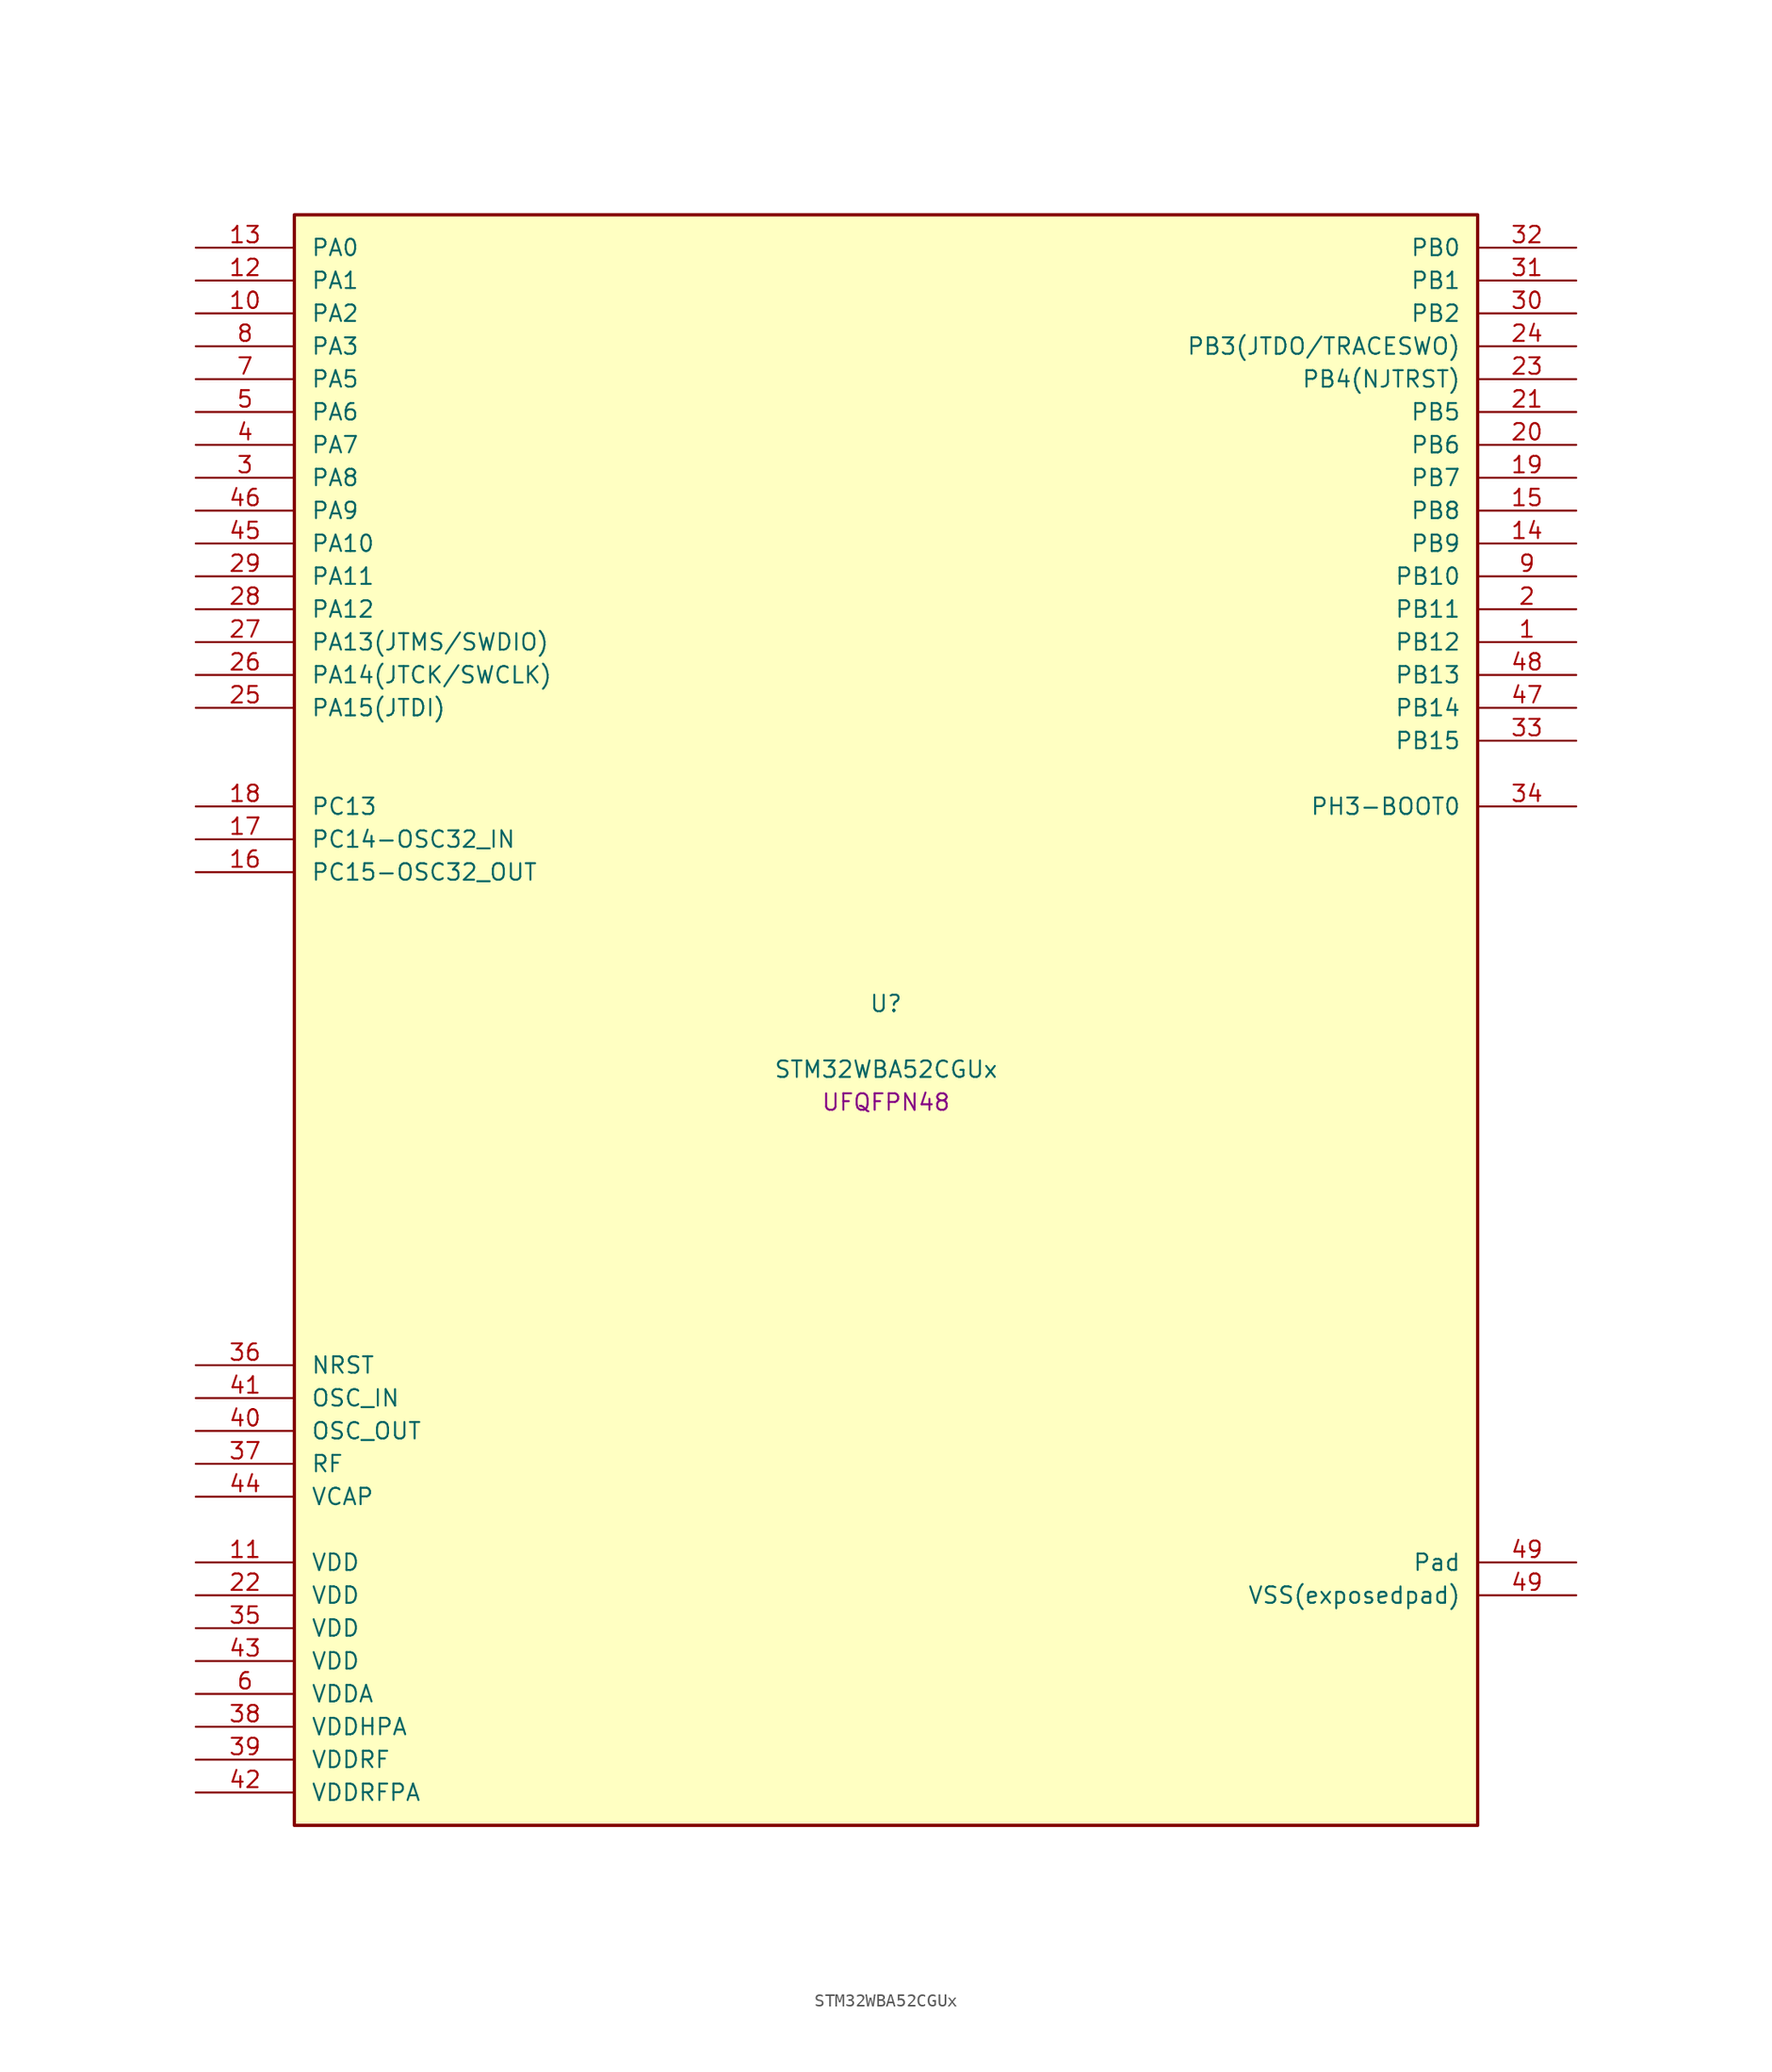
<source format=kicad_sym>
(kicad_symbol_lib
  (version 20241209)
  (generator "stm32_pkl_generator")
  (generator_version "1.0")
  (symbol "STM32WBA52CGUx"
    (pin_names
      (offset 1.27))
    (property "Reference" "U"
      (at 0 2.54 0))
    (property "Value" "STM32WBA52CGUx"
      (at 0 -2.54 0))
    (property "Footprint" "UFQFPN48"
      (at 0 -5.08 0))
    (symbol "STM32WBA52CGUx_1_1"
      (rectangle (start -45.72 63.5) (end 45.72 -60.96) (stroke (width 0.254) (type solid)) (fill (type background)))
      (pin bidirectional line (at -53.34 60.96 0) (length 7.62) (name "PA0") (number "13") (alternate "PA0/ADC4_IN9" bidirectional line) (alternate "PA0/LPTIM1_IN1" bidirectional line) (alternate "PA0/LPUART1_CTS" bidirectional line) (alternate "PA0/PWR_WKUP1" bidirectional line) (alternate "PA0/SPI3_SCK" bidirectional line) (alternate "PA0/TIM1_CH2N" bidirectional line) (alternate "PA0/TIM3_CH3" bidirectional line) (alternate "PA0/TIM3_ETR" bidirectional line) (alternate "PA0/TSC_G2_IO2" bidirectional line))
      (pin bidirectional line (at -53.34 58.42 0) (length 7.62) (name "PA1") (number "12") (alternate "PA1/ADC4_IN8" bidirectional line) (alternate "PA1/LPTIM2_CH2" bidirectional line) (alternate "PA1/LPUART1_RX" bidirectional line) (alternate "PA1/PWR_WKUP3" bidirectional line) (alternate "PA1/SPI1_RDY" bidirectional line) (alternate "PA1/TIM17_CH1" bidirectional line) (alternate "PA1/TIM1_CH1N" bidirectional line) (alternate "PA1/TIM3_CH2" bidirectional line) (alternate "PA1/TSC_G2_IO1" bidirectional line) (alternate "PA1/USART1_CK" bidirectional line))
      (pin bidirectional line (at -53.34 55.88 0) (length 7.62) (name "PA2") (number "10") (alternate "PA2/ADC4_IN7" bidirectional line) (alternate "PA2/LPUART1_TX" bidirectional line) (alternate "PA2/PWR_WKUP4" bidirectional line) (alternate "PA2/RCC_LSCO" bidirectional line) (alternate "PA2/TIM16_CH1" bidirectional line) (alternate "PA2/TIM1_BKIN" bidirectional line) (alternate "PA2/TIM3_CH1" bidirectional line) (alternate "PA2/TSC_G4_IO4" bidirectional line) (alternate "PA2/USART1_DE" bidirectional line) (alternate "PA2/USART1_RTS" bidirectional line))
      (pin bidirectional line (at -53.34 53.34 0) (length 7.62) (name "PA3") (number "8") (alternate "PA3/ADC4_IN6" bidirectional line) (alternate "PA3/PWR_WKUP5" bidirectional line) (alternate "PA3/TIM16_CH1N" bidirectional line) (alternate "PA3/TSC_G4_IO2" bidirectional line) (alternate "PA3/USART1_DE" bidirectional line) (alternate "PA3/USART1_RTS" bidirectional line))
      (pin bidirectional line (at -53.34 50.8 0) (length 7.62) (name "PA5") (number "7") (alternate "PA5/ADC4_IN4" bidirectional line) (alternate "PA5/LPTIM2_ETR" bidirectional line) (alternate "PA5/PWR_CSLEEP" bidirectional line) (alternate "PA5/PWR_WKUP6" bidirectional line) (alternate "PA5/SPI3_NSS" bidirectional line) (alternate "PA5/TIM2_CH1" bidirectional line) (alternate "PA5/TIM2_ETR" bidirectional line) (alternate "PA5/TSC_G1_IO4" bidirectional line) (alternate "PA5/USART1_CK" bidirectional line))
      (pin bidirectional line (at -53.34 48.26 0) (length 7.62) (name "PA6") (number "5") (alternate "PA6/ADC4_IN3" bidirectional line) (alternate "PA6/I2C3_SCL" bidirectional line) (alternate "PA6/PWR_CSTOP" bidirectional line) (alternate "PA6/PWR_WKUP7" bidirectional line) (alternate "PA6/SPI3_RDY" bidirectional line) (alternate "PA6/TIM2_CH4" bidirectional line) (alternate "PA6/TSC_G1_IO3" bidirectional line) (alternate "PA6/USART1_DE" bidirectional line) (alternate "PA6/USART1_RTS" bidirectional line))
      (pin bidirectional line (at -53.34 45.72 0) (length 7.62) (name "PA7") (number "4") (alternate "PA7/ADC4_IN2" bidirectional line) (alternate "PA7/I2C3_SDA" bidirectional line) (alternate "PA7/PWR_WKUP8" bidirectional line) (alternate "PA7/TAMP_IN1" bidirectional line) (alternate "PA7/TAMP_OUT2" bidirectional line) (alternate "PA7/TIM2_CH3" bidirectional line) (alternate "PA7/TSC_G1_IO2" bidirectional line) (alternate "PA7/USART1_CTS" bidirectional line))
      (pin bidirectional line (at -53.34 43.18 0) (length 7.62) (name "PA8") (number "3") (alternate "PA8/ADC4_IN1" bidirectional line) (alternate "PA8/LPTIM1_CH2" bidirectional line) (alternate "PA8/RCC_MCO" bidirectional line) (alternate "PA8/SPI3_RDY" bidirectional line) (alternate "PA8/TIM2_CH2" bidirectional line) (alternate "PA8/TSC_G1_IO1" bidirectional line) (alternate "PA8/USART1_RX" bidirectional line))
      (pin bidirectional line (at -53.34 40.64 0) (length 7.62) (name "PA9") (number "46") (alternate "PA9/LPUART1_DE" bidirectional line) (alternate "PA9/LPUART1_RTS" bidirectional line) (alternate "PA9/TIM3_CH2" bidirectional line))
      (pin bidirectional line (at -53.34 38.1 0) (length 7.62) (name "PA10") (number "45") (alternate "PA10/LPUART1_RX" bidirectional line) (alternate "PA10/TIM3_CH1" bidirectional line))
      (pin bidirectional line (at -53.34 35.56 0) (length 7.62) (name "PA11") (number "29") (alternate "PA11/LPTIM2_CH1" bidirectional line) (alternate "PA11/RF_ANTSW1" bidirectional line) (alternate "PA11/TIM1_CH1" bidirectional line) (alternate "PA11/USART2_RX" bidirectional line))
      (pin bidirectional line (at -53.34 33.02 0) (length 7.62) (name "PA12") (number "28") (alternate "PA12/PWR_WKUP6" bidirectional line) (alternate "PA12/RF_ANTSW0" bidirectional line) (alternate "PA12/SPI1_NSS" bidirectional line) (alternate "PA12/TIM1_CH2" bidirectional line) (alternate "PA12/TSC_G3_IO4" bidirectional line) (alternate "PA12/USART2_TX" bidirectional line))
      (pin bidirectional line (at -53.34 30.48 0) (length 7.62) (name "PA13(JTMS/SWDIO)") (number "27") (alternate "PA13(JTMS/SWDIO)/DEBUG_JTMS-SWDIO" bidirectional line) (alternate "PA13(JTMS/SWDIO)/IR_OUT" bidirectional line))
      (pin bidirectional line (at -53.34 27.94 0) (length 7.62) (name "PA14(JTCK/SWCLK)") (number "26") (alternate "PA14(JTCK/SWCLK)/DEBUG_JTCK-SWCLK" bidirectional line) (alternate "PA14(JTCK/SWCLK)/TAMP_IN3" bidirectional line) (alternate "PA14(JTCK/SWCLK)/TAMP_OUT6" bidirectional line) (alternate "PA14(JTCK/SWCLK)/USART2_TX" bidirectional line))
      (pin bidirectional line (at -53.34 25.4 0) (length 7.62) (name "PA15(JTDI)") (number "25") (alternate "PA15(JTDI)/ADC4_EXTI15" bidirectional line) (alternate "PA15(JTDI)/DEBUG_JTDI" bidirectional line) (alternate "PA15(JTDI)/I2C1_SCL" bidirectional line) (alternate "PA15(JTDI)/LPTIM1_CH2" bidirectional line) (alternate "PA15(JTDI)/SPI1_MOSI" bidirectional line) (alternate "PA15(JTDI)/TIM17_BKIN" bidirectional line) (alternate "PA15(JTDI)/TIM1_ETR" bidirectional line) (alternate "PA15(JTDI)/TSC_G3_IO3" bidirectional line) (alternate "PA15(JTDI)/USART2_DE" bidirectional line) (alternate "PA15(JTDI)/USART2_RTS" bidirectional line))
      (pin bidirectional line (at 53.34 60.96 180) (length 7.62) (name "PB0") (number "32") (alternate "PB0/LPTIM2_IN2" bidirectional line) (alternate "PB0/TIM1_CH3N" bidirectional line) (alternate "PB0/USART2_TX" bidirectional line))
      (pin bidirectional line (at 53.34 58.42 180) (length 7.62) (name "PB1") (number "31") (alternate "PB1/I2C1_SDA" bidirectional line) (alternate "PB1/I2C3_SDA" bidirectional line) (alternate "PB1/PWR_WKUP4" bidirectional line) (alternate "PB1/TIM1_CH2N" bidirectional line) (alternate "PB1/USART2_DE" bidirectional line) (alternate "PB1/USART2_RTS" bidirectional line))
      (pin bidirectional line (at 53.34 55.88 180) (length 7.62) (name "PB2") (number "30") (alternate "PB2/I2C1_SCL" bidirectional line) (alternate "PB2/I2C3_SCL" bidirectional line) (alternate "PB2/PWR_WKUP1" bidirectional line) (alternate "PB2/RF_ANTSW2" bidirectional line) (alternate "PB2/RTC_OUT2" bidirectional line) (alternate "PB2/TIM1_CH1N" bidirectional line) (alternate "PB2/USART2_CTS" bidirectional line))
      (pin bidirectional line (at 53.34 53.34 180) (length 7.62) (name "PB3(JTDO/TRACESWO)") (number "24") (alternate "PB3(JTDO/TRACESWO)/DEBUG_JTDO-SWO" bidirectional line) (alternate "PB3(JTDO/TRACESWO)/I2C1_SDA" bidirectional line) (alternate "PB3(JTDO/TRACESWO)/LPTIM1_IN2" bidirectional line) (alternate "PB3(JTDO/TRACESWO)/SPI1_MISO" bidirectional line) (alternate "PB3(JTDO/TRACESWO)/TIM17_CH1N" bidirectional line) (alternate "PB3(JTDO/TRACESWO)/TIM1_CH4" bidirectional line) (alternate "PB3(JTDO/TRACESWO)/TSC_G3_IO2" bidirectional line) (alternate "PB3(JTDO/TRACESWO)/USART2_CK" bidirectional line))
      (pin bidirectional line (at 53.34 50.8 180) (length 7.62) (name "PB4(NJTRST)") (number "23") (alternate "PB4(NJTRST)/DEBUG_JTRST" bidirectional line) (alternate "PB4(NJTRST)/LPTIM2_IN2" bidirectional line) (alternate "PB4(NJTRST)/SPI1_SCK" bidirectional line) (alternate "PB4(NJTRST)/TIM17_CH1" bidirectional line) (alternate "PB4(NJTRST)/TIM1_CH3" bidirectional line) (alternate "PB4(NJTRST)/TSC_G3_IO1" bidirectional line) (alternate "PB4(NJTRST)/USART2_RX" bidirectional line))
      (pin bidirectional line (at 53.34 48.26 180) (length 7.62) (name "PB5") (number "21") (alternate "PB5/LPUART1_TX" bidirectional line) (alternate "PB5/TIM3_CH1" bidirectional line) (alternate "PB5/TSC_G5_IO4" bidirectional line))
      (pin bidirectional line (at 53.34 45.72 180) (length 7.62) (name "PB6") (number "20") (alternate "PB6/PWR_WKUP3" bidirectional line) (alternate "PB6/TIM2_CH1" bidirectional line) (alternate "PB6/TIM2_ETR" bidirectional line) (alternate "PB6/TSC_G5_IO3" bidirectional line))
      (pin bidirectional line (at 53.34 43.18 180) (length 7.62) (name "PB7") (number "19") (alternate "PB7/PWR_WKUP5" bidirectional line) (alternate "PB7/TAMP_IN5" bidirectional line) (alternate "PB7/TAMP_OUT4" bidirectional line) (alternate "PB7/TIM1_CH4N" bidirectional line) (alternate "PB7/TSC_G5_IO2" bidirectional line))
      (pin bidirectional line (at 53.34 40.64 180) (length 7.62) (name "PB8") (number "15") (alternate "PB8/LPTIM1_ETR" bidirectional line) (alternate "PB8/PWR_PVD_IN" bidirectional line) (alternate "PB8/SPI3_MOSI" bidirectional line) (alternate "PB8/TIM16_CH1N" bidirectional line) (alternate "PB8/TIM1_CH1" bidirectional line) (alternate "PB8/TIM3_ETR" bidirectional line) (alternate "PB8/TSC_G2_IO4" bidirectional line) (alternate "PB8/USART2_RX" bidirectional line))
      (pin bidirectional line (at 53.34 38.1 180) (length 7.62) (name "PB9") (number "14") (alternate "PB9/ADC4_IN10" bidirectional line) (alternate "PB9/IR_OUT" bidirectional line) (alternate "PB9/LPTIM2_IN1" bidirectional line) (alternate "PB9/LPUART1_DE" bidirectional line) (alternate "PB9/LPUART1_RTS" bidirectional line) (alternate "PB9/PWR_WKUP8" bidirectional line) (alternate "PB9/SPI3_MISO" bidirectional line) (alternate "PB9/TIM16_CH1" bidirectional line) (alternate "PB9/TIM1_CH3N" bidirectional line) (alternate "PB9/TIM3_CH4" bidirectional line) (alternate "PB9/TSC_G2_IO3" bidirectional line))
      (pin bidirectional line (at 53.34 35.56 180) (length 7.62) (name "PB10") (number "9") (alternate "PB10/TIM16_BKIN" bidirectional line) (alternate "PB10/TSC_G4_IO3" bidirectional line) (alternate "PB10/USART1_CK" bidirectional line))
      (pin bidirectional line (at 53.34 33.02 180) (length 7.62) (name "PB11") (number "2") (alternate "PB11/LPTIM1_CH1" bidirectional line) (alternate "PB11/LPTIM1_ETR" bidirectional line) (alternate "PB11/LPUART1_TX" bidirectional line))
      (pin bidirectional line (at 53.34 30.48 180) (length 7.62) (name "PB12") (number "1") (alternate "PB12/SPI1_RDY" bidirectional line) (alternate "PB12/TIM2_CH1" bidirectional line) (alternate "PB12/TIM2_ETR" bidirectional line) (alternate "PB12/TIM3_ETR" bidirectional line) (alternate "PB12/TSC_SYNC" bidirectional line) (alternate "PB12/USART1_TX" bidirectional line))
      (pin bidirectional line (at 53.34 27.94 180) (length 7.62) (name "PB13") (number "48") (alternate "PB13/TIM3_CH4" bidirectional line) (alternate "PB13/TSC_G6_IO2" bidirectional line))
      (pin bidirectional line (at 53.34 25.4 180) (length 7.62) (name "PB14") (number "47") (alternate "PB14/PWR_WKUP7" bidirectional line) (alternate "PB14/RTC_REFIN" bidirectional line) (alternate "PB14/TIM3_CH3" bidirectional line) (alternate "PB14/TSC_G6_IO1" bidirectional line) (alternate "PB14/USART1_TX" bidirectional line))
      (pin bidirectional line (at 53.34 22.86 180) (length 7.62) (name "PB15") (number "33") (alternate "PB15/ADC4_EXTI15" bidirectional line) (alternate "PB15/I2C1_SMBA" bidirectional line) (alternate "PB15/I2C3_SMBA" bidirectional line) (alternate "PB15/LPUART1_CTS" bidirectional line) (alternate "PB15/TIM16_BKIN" bidirectional line) (alternate "PB15/TIM1_BKIN2" bidirectional line) (alternate "PB15/USART2_CTS" bidirectional line))
      (pin bidirectional line (at -53.34 17.78 0) (length 7.62) (name "PC13") (number "18") (alternate "PC13/PWR_WKUP2" bidirectional line) (alternate "PC13/RTC_OUT1" bidirectional line) (alternate "PC13/RTC_TS" bidirectional line) (alternate "PC13/TAMP_IN4" bidirectional line) (alternate "PC13/TAMP_OUT5" bidirectional line) (alternate "PC13/TIM1_BKIN2" bidirectional line) (alternate "PC13/TSC_G5_IO1" bidirectional line))
      (pin bidirectional line (at -53.34 15.24 0) (length 7.62) (name "PC14-OSC32_IN") (number "17") (alternate "PC14-OSC32_IN/RCC_OSC32_IN" bidirectional line))
      (pin bidirectional line (at -53.34 12.7 0) (length 7.62) (name "PC15-OSC32_OUT") (number "16") (alternate "PC15-OSC32_OUT/ADC4_EXTI15" bidirectional line) (alternate "PC15-OSC32_OUT/RCC_OSC32_OUT" bidirectional line))
      (pin bidirectional line (at 53.34 17.78 180) (length 7.62) (name "PH3-BOOT0") (number "34") (alternate "PH3-BOOT0/TAMP_IN2" bidirectional line) (alternate "PH3-BOOT0/TAMP_OUT1" bidirectional line))
      (pin input line (at -53.34 -25.4 0) (length 7.62) (name "NRST") (number "36"))
      (pin bidirectional line (at -53.34 -27.94 0) (length 7.62) (name "OSC_IN") (number "41") (alternate "OSC_IN/RCC_OSC_IN" bidirectional line))
      (pin bidirectional line (at -53.34 -30.48 0) (length 7.62) (name "OSC_OUT") (number "40") (alternate "OSC_OUT/RCC_OSC_OUT" bidirectional line))
      (pin bidirectional line (at -53.34 -33.02 0) (length 7.62) (name "RF") (number "37"))
      (pin power_in line (at -53.34 -35.56 0) (length 7.62) (name "VCAP") (number "44"))
      (pin power_in line (at -53.34 -40.64 0) (length 7.62) (name "VDD") (number "11"))
      (pin power_in line (at -53.34 -43.18 0) (length 7.62) (name "VDD") (number "22"))
      (pin power_in line (at -53.34 -45.72 0) (length 7.62) (name "VDD") (number "35"))
      (pin power_in line (at -53.34 -48.26 0) (length 7.62) (name "VDD") (number "43"))
      (pin power_in line (at -53.34 -50.8 0) (length 7.62) (name "VDDA") (number "6"))
      (pin power_in line (at -53.34 -53.34 0) (length 7.62) (name "VDDHPA") (number "38"))
      (pin power_in line (at -53.34 -55.88 0) (length 7.62) (name "VDDRF") (number "39"))
      (pin power_in line (at -53.34 -58.42 0) (length 7.62) (name "VDDRFPA") (number "42"))
      (pin passive line (at 53.34 -40.64 180) (length 7.62) (name "Pad") (number "49"))
      (pin power_in line (at 53.34 -43.18 180) (length 7.62) (name "VSS(exposedpad)") (number "49")))))
</source>
